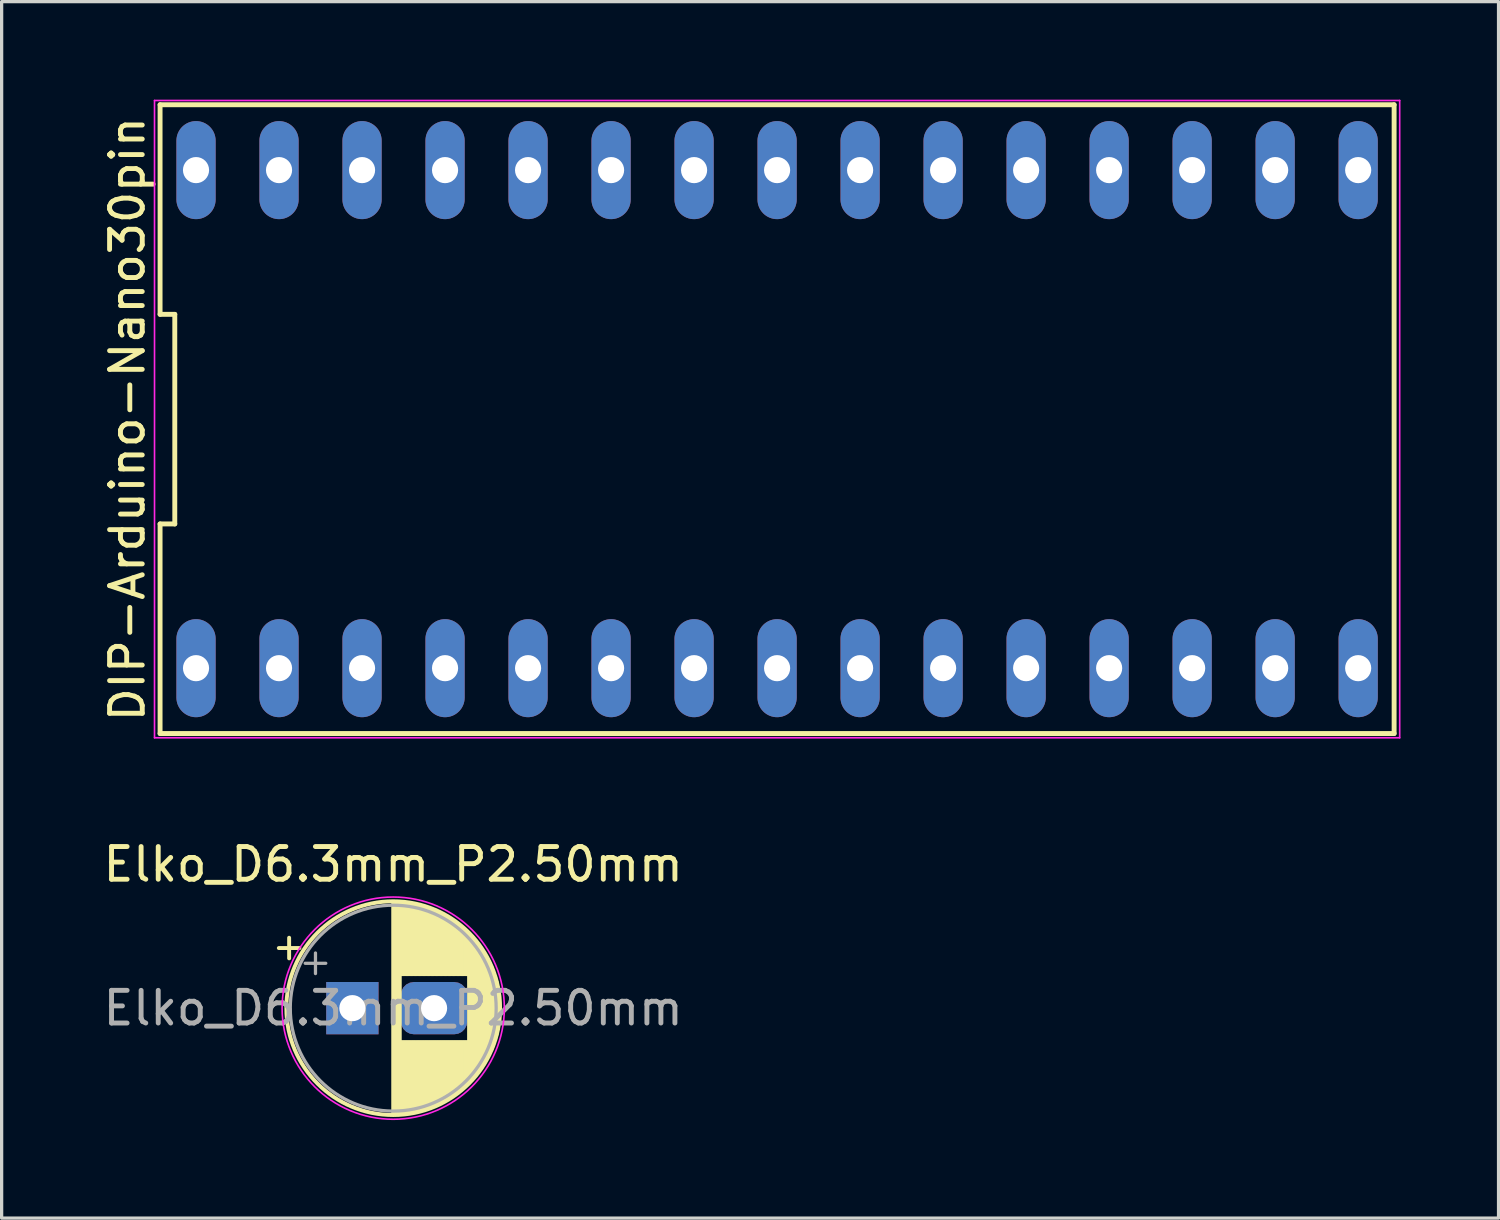
<source format=kicad_pcb>
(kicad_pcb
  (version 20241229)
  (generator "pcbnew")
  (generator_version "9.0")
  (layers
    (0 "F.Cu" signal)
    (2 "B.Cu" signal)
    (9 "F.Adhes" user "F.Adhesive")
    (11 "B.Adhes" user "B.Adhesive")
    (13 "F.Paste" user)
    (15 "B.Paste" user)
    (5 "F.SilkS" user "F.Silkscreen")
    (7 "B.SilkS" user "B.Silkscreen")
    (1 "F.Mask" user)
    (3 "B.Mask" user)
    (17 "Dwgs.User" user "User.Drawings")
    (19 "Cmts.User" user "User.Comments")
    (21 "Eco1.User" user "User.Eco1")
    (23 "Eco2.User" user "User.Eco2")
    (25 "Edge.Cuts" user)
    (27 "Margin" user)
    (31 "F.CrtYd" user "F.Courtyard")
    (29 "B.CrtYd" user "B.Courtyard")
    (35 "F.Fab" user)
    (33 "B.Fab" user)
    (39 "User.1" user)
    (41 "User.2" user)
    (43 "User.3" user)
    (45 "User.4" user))
  (footprint "DIP-Arduino-Nano30pin"
    (layer "F.Cu")
    (at 20.728 9.775)
    (property "Reference" "DIP-Arduino-Nano30pin" (at -19.88 0 90) (layer "F.SilkS") (effects (font (size 1 1) (thickness 0.15))))
    (attr through_hole)
    (fp_line (start -18.88 -9.62) (end -18.88 -3.207) (stroke (width 0.15) (type solid)) (layer "F.SilkS"))
    (fp_line (start -18.88 -3.207) (end -18.43 -3.207) (stroke (width 0.15) (type solid)) (layer "F.SilkS"))
    (fp_line (start -18.88 3.207) (end -18.88 9.62) (stroke (width 0.15) (type solid)) (layer "F.SilkS"))
    (fp_line (start -18.88 9.62) (end 18.88 9.62) (stroke (width 0.15) (type solid)) (layer "F.SilkS"))
    (fp_line (start -18.43 -3.207) (end -18.43 3.207) (stroke (width 0.15) (type solid)) (layer "F.SilkS"))
    (fp_line (start -18.43 3.207) (end -18.88 3.207) (stroke (width 0.15) (type solid)) (layer "F.SilkS"))
    (fp_line (start 18.88 -9.62) (end -18.88 -9.62) (stroke (width 0.15) (type solid)) (layer "F.SilkS"))
    (fp_line (start 18.88 9.62) (end 18.88 -9.62) (stroke (width 0.15) (type solid)) (layer "F.SilkS"))
    (fp_line (start -19.05 -9.75) (end 19.05 -9.75) (stroke (width 0.05) (type solid)) (layer "F.CrtYd"))
    (fp_line (start -19.05 9.75) (end -19.05 -9.75) (stroke (width 0.05) (type solid)) (layer "F.CrtYd"))
    (fp_line (start 19.05 -9.75) (end 19.05 9.75) (stroke (width 0.05) (type solid)) (layer "F.CrtYd"))
    (fp_line (start 19.05 9.75) (end -19.05 9.75) (stroke (width 0.05) (type solid)) (layer "F.CrtYd"))
    (pad "1" thru_hole oval (at -17.78 7.62) (size 1.2 3) (drill 0.8) (layers "*.Cu" "*.Mask"))
    (pad "2" thru_hole oval (at -15.24 7.62) (size 1.2 3) (drill 0.8) (layers "*.Cu" "*.Mask"))
    (pad "3" thru_hole oval (at -12.7 7.62) (size 1.2 3) (drill 0.8) (layers "*.Cu" "*.Mask"))
    (pad "4" thru_hole oval (at -10.16 7.62) (size 1.2 3) (drill 0.8) (layers "*.Cu" "*.Mask"))
    (pad "5" thru_hole oval (at -7.62 7.62) (size 1.2 3) (drill 0.8) (layers "*.Cu" "*.Mask"))
    (pad "6" thru_hole oval (at -5.08 7.62) (size 1.2 3) (drill 0.8) (layers "*.Cu" "*.Mask"))
    (pad "7" thru_hole oval (at -2.54 7.62) (size 1.2 3) (drill 0.8) (layers "*.Cu" "*.Mask"))
    (pad "8" thru_hole oval (at 0 7.62) (size 1.2 3) (drill 0.8) (layers "*.Cu" "*.Mask"))
    (pad "9" thru_hole oval (at 2.54 7.62) (size 1.2 3) (drill 0.8) (layers "*.Cu" "*.Mask"))
    (pad "10" thru_hole oval (at 5.08 7.62) (size 1.2 3) (drill 0.8) (layers "*.Cu" "*.Mask"))
    (pad "11" thru_hole oval (at 7.62 7.62) (size 1.2 3) (drill 0.8) (layers "*.Cu" "*.Mask"))
    (pad "12" thru_hole oval (at 10.16 7.62) (size 1.2 3) (drill 0.8) (layers "*.Cu" "*.Mask"))
    (pad "13" thru_hole oval (at 12.7 7.62) (size 1.2 3) (drill 0.8) (layers "*.Cu" "*.Mask"))
    (pad "14" thru_hole oval (at 15.24 7.62) (size 1.2 3) (drill 0.8) (layers "*.Cu" "*.Mask"))
    (pad "15" thru_hole oval (at 17.78 7.62) (size 1.2 3) (drill 0.8) (layers "*.Cu" "*.Mask"))
    (pad "16" thru_hole oval (at 17.78 -7.62) (size 1.2 3) (drill 0.8) (layers "*.Cu" "*.Mask"))
    (pad "17" thru_hole oval (at 15.24 -7.62) (size 1.2 3) (drill 0.8) (layers "*.Cu" "*.Mask"))
    (pad "18" thru_hole oval (at 12.7 -7.62) (size 1.2 3) (drill 0.8) (layers "*.Cu" "*.Mask"))
    (pad "19" thru_hole oval (at 10.16 -7.62) (size 1.2 3) (drill 0.8) (layers "*.Cu" "*.Mask"))
    (pad "20" thru_hole oval (at 7.62 -7.62) (size 1.2 3) (drill 0.8) (layers "*.Cu" "*.Mask"))
    (pad "21" thru_hole oval (at 5.08 -7.62) (size 1.2 3) (drill 0.8) (layers "*.Cu" "*.Mask"))
    (pad "22" thru_hole oval (at 2.54 -7.62) (size 1.2 3) (drill 0.8) (layers "*.Cu" "*.Mask"))
    (pad "23" thru_hole oval (at 0 -7.62) (size 1.2 3) (drill 0.8) (layers "*.Cu" "*.Mask"))
    (pad "24" thru_hole oval (at -2.54 -7.62) (size 1.2 3) (drill 0.8) (layers "*.Cu" "*.Mask"))
    (pad "25" thru_hole oval (at -5.08 -7.62) (size 1.2 3) (drill 0.8) (layers "*.Cu" "*.Mask"))
    (pad "26" thru_hole oval (at -7.62 -7.62) (size 1.2 3) (drill 0.8) (layers "*.Cu" "*.Mask"))
    (pad "27" thru_hole oval (at -10.16 -7.62) (size 1.2 3) (drill 0.8) (layers "*.Cu" "*.Mask"))
    (pad "28" thru_hole oval (at -12.7 -7.62) (size 1.2 3) (drill 0.8) (layers "*.Cu" "*.Mask"))
    (pad "29" thru_hole oval (at -15.24 -7.62) (size 1.2 3) (drill 0.8) (layers "*.Cu" "*.Mask"))
    (pad "30" thru_hole oval (at -17.78 -7.62) (size 1.2 3) (drill 0.8) (layers "*.Cu" "*.Mask")))
  (footprint "Elko_D6.3mm_P2.50mm"
    (layer "F.Cu")
    (at 7.732 27.798)
    (property "Reference" "Elko_D6.3mm_P2.50mm" (at 1.25 -4.4 0) (layer "F.SilkS") (effects (font (size 1 1) (thickness 0.15))))
    (attr through_hole)
    (fp_line (start -2.25 -1.839) (end -1.62 -1.839) (stroke (width 0.12) (type solid)) (layer "F.SilkS"))
    (fp_line (start -1.935 -2.154) (end -1.935 -1.524) (stroke (width 0.12) (type solid)) (layer "F.SilkS"))
    (fp_line (start 1.25 -3.23) (end 1.25 3.23) (stroke (width 0.12) (type solid)) (layer "F.SilkS"))
    (fp_line (start 1.29 -3.23) (end 1.29 3.23) (stroke (width 0.12) (type solid)) (layer "F.SilkS"))
    (fp_line (start 1.33 -3.23) (end 1.33 3.23) (stroke (width 0.12) (type solid)) (layer "F.SilkS"))
    (fp_line (start 1.37 -3.228) (end 1.37 3.228) (stroke (width 0.12) (type solid)) (layer "F.SilkS"))
    (fp_line (start 1.41 -3.227) (end 1.41 3.227) (stroke (width 0.12) (type solid)) (layer "F.SilkS"))
    (fp_line (start 1.45 -3.224) (end 1.45 3.224) (stroke (width 0.12) (type solid)) (layer "F.SilkS"))
    (fp_line (start 1.49 -3.222) (end 1.49 -1.04) (stroke (width 0.12) (type solid)) (layer "F.SilkS"))
    (fp_line (start 1.49 1.04) (end 1.49 3.222) (stroke (width 0.12) (type solid)) (layer "F.SilkS"))
    (fp_line (start 1.53 -3.218) (end 1.53 -1.04) (stroke (width 0.12) (type solid)) (layer "F.SilkS"))
    (fp_line (start 1.53 1.04) (end 1.53 3.218) (stroke (width 0.12) (type solid)) (layer "F.SilkS"))
    (fp_line (start 1.57 -3.215) (end 1.57 -1.04) (stroke (width 0.12) (type solid)) (layer "F.SilkS"))
    (fp_line (start 1.57 1.04) (end 1.57 3.215) (stroke (width 0.12) (type solid)) (layer "F.SilkS"))
    (fp_line (start 1.61 -3.211) (end 1.61 -1.04) (stroke (width 0.12) (type solid)) (layer "F.SilkS"))
    (fp_line (start 1.61 1.04) (end 1.61 3.211) (stroke (width 0.12) (type solid)) (layer "F.SilkS"))
    (fp_line (start 1.65 -3.206) (end 1.65 -1.04) (stroke (width 0.12) (type solid)) (layer "F.SilkS"))
    (fp_line (start 1.65 1.04) (end 1.65 3.206) (stroke (width 0.12) (type solid)) (layer "F.SilkS"))
    (fp_line (start 1.69 -3.201) (end 1.69 -1.04) (stroke (width 0.12) (type solid)) (layer "F.SilkS"))
    (fp_line (start 1.69 1.04) (end 1.69 3.201) (stroke (width 0.12) (type solid)) (layer "F.SilkS"))
    (fp_line (start 1.73 -3.195) (end 1.73 -1.04) (stroke (width 0.12) (type solid)) (layer "F.SilkS"))
    (fp_line (start 1.73 1.04) (end 1.73 3.195) (stroke (width 0.12) (type solid)) (layer "F.SilkS"))
    (fp_line (start 1.77 -3.189) (end 1.77 -1.04) (stroke (width 0.12) (type solid)) (layer "F.SilkS"))
    (fp_line (start 1.77 1.04) (end 1.77 3.189) (stroke (width 0.12) (type solid)) (layer "F.SilkS"))
    (fp_line (start 1.81 -3.182) (end 1.81 -1.04) (stroke (width 0.12) (type solid)) (layer "F.SilkS"))
    (fp_line (start 1.81 1.04) (end 1.81 3.182) (stroke (width 0.12) (type solid)) (layer "F.SilkS"))
    (fp_line (start 1.85 -3.175) (end 1.85 -1.04) (stroke (width 0.12) (type solid)) (layer "F.SilkS"))
    (fp_line (start 1.85 1.04) (end 1.85 3.175) (stroke (width 0.12) (type solid)) (layer "F.SilkS"))
    (fp_line (start 1.89 -3.167) (end 1.89 -1.04) (stroke (width 0.12) (type solid)) (layer "F.SilkS"))
    (fp_line (start 1.89 1.04) (end 1.89 3.167) (stroke (width 0.12) (type solid)) (layer "F.SilkS"))
    (fp_line (start 1.93 -3.159) (end 1.93 -1.04) (stroke (width 0.12) (type solid)) (layer "F.SilkS"))
    (fp_line (start 1.93 1.04) (end 1.93 3.159) (stroke (width 0.12) (type solid)) (layer "F.SilkS"))
    (fp_line (start 1.971 -3.15) (end 1.971 -1.04) (stroke (width 0.12) (type solid)) (layer "F.SilkS"))
    (fp_line (start 1.971 1.04) (end 1.971 3.15) (stroke (width 0.12) (type solid)) (layer "F.SilkS"))
    (fp_line (start 2.011 -3.141) (end 2.011 -1.04) (stroke (width 0.12) (type solid)) (layer "F.SilkS"))
    (fp_line (start 2.011 1.04) (end 2.011 3.141) (stroke (width 0.12) (type solid)) (layer "F.SilkS"))
    (fp_line (start 2.051 -3.131) (end 2.051 -1.04) (stroke (width 0.12) (type solid)) (layer "F.SilkS"))
    (fp_line (start 2.051 1.04) (end 2.051 3.131) (stroke (width 0.12) (type solid)) (layer "F.SilkS"))
    (fp_line (start 2.091 -3.121) (end 2.091 -1.04) (stroke (width 0.12) (type solid)) (layer "F.SilkS"))
    (fp_line (start 2.091 1.04) (end 2.091 3.121) (stroke (width 0.12) (type solid)) (layer "F.SilkS"))
    (fp_line (start 2.131 -3.11) (end 2.131 -1.04) (stroke (width 0.12) (type solid)) (layer "F.SilkS"))
    (fp_line (start 2.131 1.04) (end 2.131 3.11) (stroke (width 0.12) (type solid)) (layer "F.SilkS"))
    (fp_line (start 2.171 -3.098) (end 2.171 -1.04) (stroke (width 0.12) (type solid)) (layer "F.SilkS"))
    (fp_line (start 2.171 1.04) (end 2.171 3.098) (stroke (width 0.12) (type solid)) (layer "F.SilkS"))
    (fp_line (start 2.211 -3.086) (end 2.211 -1.04) (stroke (width 0.12) (type solid)) (layer "F.SilkS"))
    (fp_line (start 2.211 1.04) (end 2.211 3.086) (stroke (width 0.12) (type solid)) (layer "F.SilkS"))
    (fp_line (start 2.251 -3.074) (end 2.251 -1.04) (stroke (width 0.12) (type solid)) (layer "F.SilkS"))
    (fp_line (start 2.251 1.04) (end 2.251 3.074) (stroke (width 0.12) (type solid)) (layer "F.SilkS"))
    (fp_line (start 2.291 -3.061) (end 2.291 -1.04) (stroke (width 0.12) (type solid)) (layer "F.SilkS"))
    (fp_line (start 2.291 1.04) (end 2.291 3.061) (stroke (width 0.12) (type solid)) (layer "F.SilkS"))
    (fp_line (start 2.331 -3.047) (end 2.331 -1.04) (stroke (width 0.12) (type solid)) (layer "F.SilkS"))
    (fp_line (start 2.331 1.04) (end 2.331 3.047) (stroke (width 0.12) (type solid)) (layer "F.SilkS"))
    (fp_line (start 2.371 -3.033) (end 2.371 -1.04) (stroke (width 0.12) (type solid)) (layer "F.SilkS"))
    (fp_line (start 2.371 1.04) (end 2.371 3.033) (stroke (width 0.12) (type solid)) (layer "F.SilkS"))
    (fp_line (start 2.411 -3.018) (end 2.411 -1.04) (stroke (width 0.12) (type solid)) (layer "F.SilkS"))
    (fp_line (start 2.411 1.04) (end 2.411 3.018) (stroke (width 0.12) (type solid)) (layer "F.SilkS"))
    (fp_line (start 2.451 -3.002) (end 2.451 -1.04) (stroke (width 0.12) (type solid)) (layer "F.SilkS"))
    (fp_line (start 2.451 1.04) (end 2.451 3.002) (stroke (width 0.12) (type solid)) (layer "F.SilkS"))
    (fp_line (start 2.491 -2.986) (end 2.491 -1.04) (stroke (width 0.12) (type solid)) (layer "F.SilkS"))
    (fp_line (start 2.491 1.04) (end 2.491 2.986) (stroke (width 0.12) (type solid)) (layer "F.SilkS"))
    (fp_line (start 2.531 -2.97) (end 2.531 -1.04) (stroke (width 0.12) (type solid)) (layer "F.SilkS"))
    (fp_line (start 2.531 1.04) (end 2.531 2.97) (stroke (width 0.12) (type solid)) (layer "F.SilkS"))
    (fp_line (start 2.571 -2.952) (end 2.571 -1.04) (stroke (width 0.12) (type solid)) (layer "F.SilkS"))
    (fp_line (start 2.571 1.04) (end 2.571 2.952) (stroke (width 0.12) (type solid)) (layer "F.SilkS"))
    (fp_line (start 2.611 -2.934) (end 2.611 -1.04) (stroke (width 0.12) (type solid)) (layer "F.SilkS"))
    (fp_line (start 2.611 1.04) (end 2.611 2.934) (stroke (width 0.12) (type solid)) (layer "F.SilkS"))
    (fp_line (start 2.651 -2.916) (end 2.651 -1.04) (stroke (width 0.12) (type solid)) (layer "F.SilkS"))
    (fp_line (start 2.651 1.04) (end 2.651 2.916) (stroke (width 0.12) (type solid)) (layer "F.SilkS"))
    (fp_line (start 2.691 -2.896) (end 2.691 -1.04) (stroke (width 0.12) (type solid)) (layer "F.SilkS"))
    (fp_line (start 2.691 1.04) (end 2.691 2.896) (stroke (width 0.12) (type solid)) (layer "F.SilkS"))
    (fp_line (start 2.731 -2.876) (end 2.731 -1.04) (stroke (width 0.12) (type solid)) (layer "F.SilkS"))
    (fp_line (start 2.731 1.04) (end 2.731 2.876) (stroke (width 0.12) (type solid)) (layer "F.SilkS"))
    (fp_line (start 2.771 -2.856) (end 2.771 -1.04) (stroke (width 0.12) (type solid)) (layer "F.SilkS"))
    (fp_line (start 2.771 1.04) (end 2.771 2.856) (stroke (width 0.12) (type solid)) (layer "F.SilkS"))
    (fp_line (start 2.811 -2.834) (end 2.811 -1.04) (stroke (width 0.12) (type solid)) (layer "F.SilkS"))
    (fp_line (start 2.811 1.04) (end 2.811 2.834) (stroke (width 0.12) (type solid)) (layer "F.SilkS"))
    (fp_line (start 2.851 -2.812) (end 2.851 -1.04) (stroke (width 0.12) (type solid)) (layer "F.SilkS"))
    (fp_line (start 2.851 1.04) (end 2.851 2.812) (stroke (width 0.12) (type solid)) (layer "F.SilkS"))
    (fp_line (start 2.891 -2.79) (end 2.891 -1.04) (stroke (width 0.12) (type solid)) (layer "F.SilkS"))
    (fp_line (start 2.891 1.04) (end 2.891 2.79) (stroke (width 0.12) (type solid)) (layer "F.SilkS"))
    (fp_line (start 2.931 -2.766) (end 2.931 -1.04) (stroke (width 0.12) (type solid)) (layer "F.SilkS"))
    (fp_line (start 2.931 1.04) (end 2.931 2.766) (stroke (width 0.12) (type solid)) (layer "F.SilkS"))
    (fp_line (start 2.971 -2.742) (end 2.971 -1.04) (stroke (width 0.12) (type solid)) (layer "F.SilkS"))
    (fp_line (start 2.971 1.04) (end 2.971 2.742) (stroke (width 0.12) (type solid)) (layer "F.SilkS"))
    (fp_line (start 3.011 -2.716) (end 3.011 -1.04) (stroke (width 0.12) (type solid)) (layer "F.SilkS"))
    (fp_line (start 3.011 1.04) (end 3.011 2.716) (stroke (width 0.12) (type solid)) (layer "F.SilkS"))
    (fp_line (start 3.051 -2.69) (end 3.051 -1.04) (stroke (width 0.12) (type solid)) (layer "F.SilkS"))
    (fp_line (start 3.051 1.04) (end 3.051 2.69) (stroke (width 0.12) (type solid)) (layer "F.SilkS"))
    (fp_line (start 3.091 -2.664) (end 3.091 -1.04) (stroke (width 0.12) (type solid)) (layer "F.SilkS"))
    (fp_line (start 3.091 1.04) (end 3.091 2.664) (stroke (width 0.12) (type solid)) (layer "F.SilkS"))
    (fp_line (start 3.131 -2.636) (end 3.131 -1.04) (stroke (width 0.12) (type solid)) (layer "F.SilkS"))
    (fp_line (start 3.131 1.04) (end 3.131 2.636) (stroke (width 0.12) (type solid)) (layer "F.SilkS"))
    (fp_line (start 3.171 -2.607) (end 3.171 -1.04) (stroke (width 0.12) (type solid)) (layer "F.SilkS"))
    (fp_line (start 3.171 1.04) (end 3.171 2.607) (stroke (width 0.12) (type solid)) (layer "F.SilkS"))
    (fp_line (start 3.211 -2.578) (end 3.211 -1.04) (stroke (width 0.12) (type solid)) (layer "F.SilkS"))
    (fp_line (start 3.211 1.04) (end 3.211 2.578) (stroke (width 0.12) (type solid)) (layer "F.SilkS"))
    (fp_line (start 3.251 -2.548) (end 3.251 -1.04) (stroke (width 0.12) (type solid)) (layer "F.SilkS"))
    (fp_line (start 3.251 1.04) (end 3.251 2.548) (stroke (width 0.12) (type solid)) (layer "F.SilkS"))
    (fp_line (start 3.291 -2.516) (end 3.291 -1.04) (stroke (width 0.12) (type solid)) (layer "F.SilkS"))
    (fp_line (start 3.291 1.04) (end 3.291 2.516) (stroke (width 0.12) (type solid)) (layer "F.SilkS"))
    (fp_line (start 3.331 -2.484) (end 3.331 -1.04) (stroke (width 0.12) (type solid)) (layer "F.SilkS"))
    (fp_line (start 3.331 1.04) (end 3.331 2.484) (stroke (width 0.12) (type solid)) (layer "F.SilkS"))
    (fp_line (start 3.371 -2.45) (end 3.371 -1.04) (stroke (width 0.12) (type solid)) (layer "F.SilkS"))
    (fp_line (start 3.371 1.04) (end 3.371 2.45) (stroke (width 0.12) (type solid)) (layer "F.SilkS"))
    (fp_line (start 3.411 -2.416) (end 3.411 -1.04) (stroke (width 0.12) (type solid)) (layer "F.SilkS"))
    (fp_line (start 3.411 1.04) (end 3.411 2.416) (stroke (width 0.12) (type solid)) (layer "F.SilkS"))
    (fp_line (start 3.451 -2.38) (end 3.451 -1.04) (stroke (width 0.12) (type solid)) (layer "F.SilkS"))
    (fp_line (start 3.451 1.04) (end 3.451 2.38) (stroke (width 0.12) (type solid)) (layer "F.SilkS"))
    (fp_line (start 3.491 -2.343) (end 3.491 -1.04) (stroke (width 0.12) (type solid)) (layer "F.SilkS"))
    (fp_line (start 3.491 1.04) (end 3.491 2.343) (stroke (width 0.12) (type solid)) (layer "F.SilkS"))
    (fp_line (start 3.531 -2.305) (end 3.531 -1.04) (stroke (width 0.12) (type solid)) (layer "F.SilkS"))
    (fp_line (start 3.531 1.04) (end 3.531 2.305) (stroke (width 0.12) (type solid)) (layer "F.SilkS"))
    (fp_line (start 3.571 -2.265) (end 3.571 2.265) (stroke (width 0.12) (type solid)) (layer "F.SilkS"))
    (fp_line (start 3.611 -2.224) (end 3.611 2.224) (stroke (width 0.12) (type solid)) (layer "F.SilkS"))
    (fp_line (start 3.651 -2.182) (end 3.651 2.182) (stroke (width 0.12) (type solid)) (layer "F.SilkS"))
    (fp_line (start 3.691 -2.137) (end 3.691 2.137) (stroke (width 0.12) (type solid)) (layer "F.SilkS"))
    (fp_line (start 3.731 -2.092) (end 3.731 2.092) (stroke (width 0.12) (type solid)) (layer "F.SilkS"))
    (fp_line (start 3.771 -2.044) (end 3.771 2.044) (stroke (width 0.12) (type solid)) (layer "F.SilkS"))
    (fp_line (start 3.811 -1.995) (end 3.811 1.995) (stroke (width 0.12) (type solid)) (layer "F.SilkS"))
    (fp_line (start 3.851 -1.944) (end 3.851 1.944) (stroke (width 0.12) (type solid)) (layer "F.SilkS"))
    (fp_line (start 3.891 -1.89) (end 3.891 1.89) (stroke (width 0.12) (type solid)) (layer "F.SilkS"))
    (fp_line (start 3.931 -1.834) (end 3.931 1.834) (stroke (width 0.12) (type solid)) (layer "F.SilkS"))
    (fp_line (start 3.971 -1.776) (end 3.971 1.776) (stroke (width 0.12) (type solid)) (layer "F.SilkS"))
    (fp_line (start 4.011 -1.714) (end 4.011 1.714) (stroke (width 0.12) (type solid)) (layer "F.SilkS"))
    (fp_line (start 4.051 -1.65) (end 4.051 1.65) (stroke (width 0.12) (type solid)) (layer "F.SilkS"))
    (fp_line (start 4.091 -1.581) (end 4.091 1.581) (stroke (width 0.12) (type solid)) (layer "F.SilkS"))
    (fp_line (start 4.131 -1.509) (end 4.131 1.509) (stroke (width 0.12) (type solid)) (layer "F.SilkS"))
    (fp_line (start 4.171 -1.432) (end 4.171 1.432) (stroke (width 0.12) (type solid)) (layer "F.SilkS"))
    (fp_line (start 4.211 -1.35) (end 4.211 1.35) (stroke (width 0.12) (type solid)) (layer "F.SilkS"))
    (fp_line (start 4.251 -1.262) (end 4.251 1.262) (stroke (width 0.12) (type solid)) (layer "F.SilkS"))
    (fp_line (start 4.291 -1.165) (end 4.291 1.165) (stroke (width 0.12) (type solid)) (layer "F.SilkS"))
    (fp_line (start 4.331 -1.059) (end 4.331 1.059) (stroke (width 0.12) (type solid)) (layer "F.SilkS"))
    (fp_line (start 4.371 -0.94) (end 4.371 0.94) (stroke (width 0.12) (type solid)) (layer "F.SilkS"))
    (fp_line (start 4.411 -0.802) (end 4.411 0.802) (stroke (width 0.12) (type solid)) (layer "F.SilkS"))
    (fp_line (start 4.451 -0.633) (end 4.451 0.633) (stroke (width 0.12) (type solid)) (layer "F.SilkS"))
    (fp_line (start 4.491 -0.402) (end 4.491 0.402) (stroke (width 0.12) (type solid)) (layer "F.SilkS"))
    (fp_circle (center 1.25 0) (end 4.52 0) (stroke (width 0.12) (type solid)) (fill no) (layer "F.SilkS"))
    (fp_circle (center 1.25 0) (end 4.65 0) (stroke (width 0.05) (type solid)) (fill no) (layer "F.CrtYd"))
    (fp_line (start -1.444 -1.373) (end -0.814 -1.373) (stroke (width 0.1) (type solid)) (layer "F.Fab"))
    (fp_line (start -1.129 -1.688) (end -1.129 -1.058) (stroke (width 0.1) (type solid)) (layer "F.Fab"))
    (fp_circle (center 1.25 0) (end 4.4 0) (stroke (width 0.1) (type solid)) (fill no) (layer "F.Fab"))
    (fp_text user "${REFERENCE}" (at 1.25 0 0) (layer "F.Fab") (effects (font (size 1 1) (thickness 0.15))))
    (pad "1" thru_hole rect (at 0 0) (size 1.6 1.6) (drill 0.8) (layers "*.Cu" "*.Mask"))
    (pad "2" thru_hole roundrect (at 2.5 0) (size 2.032 1.6) (drill 0.8) (layers "*.Cu" "*.Mask") (roundrect_rratio 0.25)))
  (gr_rect
    (start -3 -3)
    (end 42.803 34.223)
    (stroke (width 0.1) (type default))
    (fill no)
    (layer "Edge.Cuts")))
</source>
